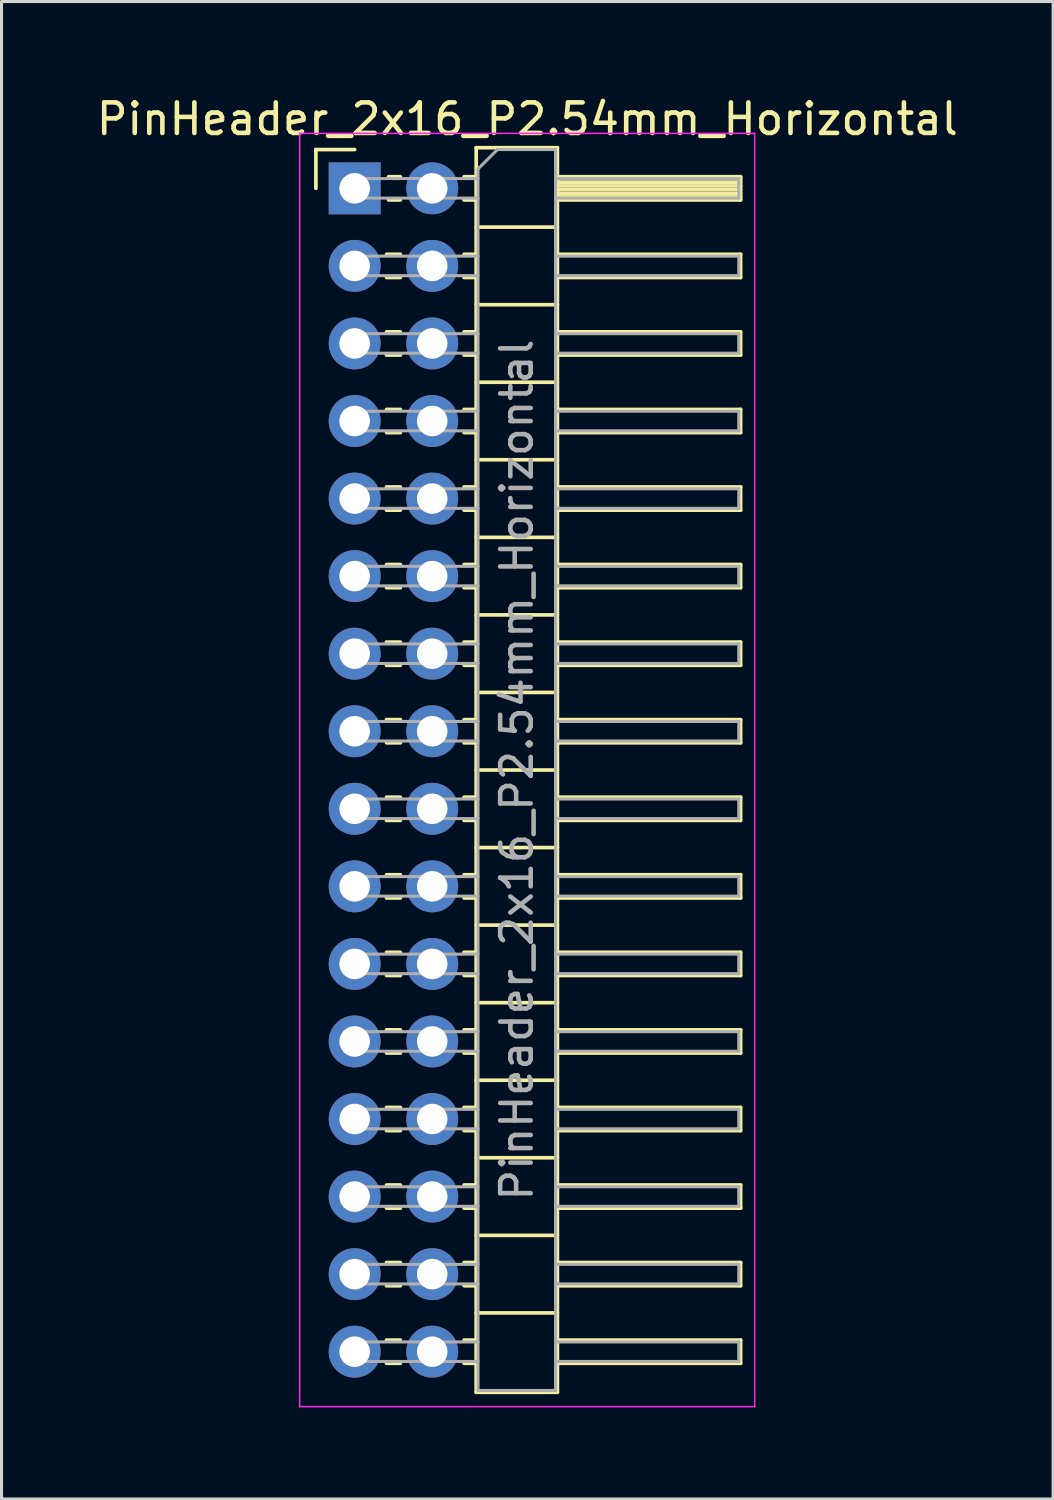
<source format=kicad_pcb>
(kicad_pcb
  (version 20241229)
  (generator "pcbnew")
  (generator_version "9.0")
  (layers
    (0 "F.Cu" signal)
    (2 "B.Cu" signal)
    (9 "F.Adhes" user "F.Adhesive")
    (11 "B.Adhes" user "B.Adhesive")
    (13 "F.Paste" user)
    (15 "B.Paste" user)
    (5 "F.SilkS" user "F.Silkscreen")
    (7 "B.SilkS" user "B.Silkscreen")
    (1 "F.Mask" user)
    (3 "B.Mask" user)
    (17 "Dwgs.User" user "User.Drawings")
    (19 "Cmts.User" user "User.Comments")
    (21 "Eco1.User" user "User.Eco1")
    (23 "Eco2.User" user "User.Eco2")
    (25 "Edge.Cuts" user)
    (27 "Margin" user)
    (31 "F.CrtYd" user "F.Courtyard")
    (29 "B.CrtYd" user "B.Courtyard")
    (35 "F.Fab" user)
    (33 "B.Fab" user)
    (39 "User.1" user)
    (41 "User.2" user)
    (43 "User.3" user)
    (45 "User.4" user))
  (footprint "PinHeader_2x16_P2.54mm_Horizontal"
    (layer "F.Cu")
    (at 8.565 3.118)
    (property "Reference" "PinHeader_2x16_P2.54mm_Horizontal" (at 5.655 -2.27 0) (layer "F.SilkS") (effects (font (size 1 1) (thickness 0.15))))
    (attr through_hole)
    (fp_line (start -1.27 -1.27) (end 0 -1.27) (stroke (width 0.12) (type solid)) (layer "F.SilkS"))
    (fp_line (start -1.27 0) (end -1.27 -1.27) (stroke (width 0.12) (type solid)) (layer "F.SilkS"))
    (fp_line (start 1.043 2.16) (end 1.497 2.16) (stroke (width 0.12) (type solid)) (layer "F.SilkS"))
    (fp_line (start 1.043 2.92) (end 1.497 2.92) (stroke (width 0.12) (type solid)) (layer "F.SilkS"))
    (fp_line (start 1.043 4.7) (end 1.497 4.7) (stroke (width 0.12) (type solid)) (layer "F.SilkS"))
    (fp_line (start 1.043 5.46) (end 1.497 5.46) (stroke (width 0.12) (type solid)) (layer "F.SilkS"))
    (fp_line (start 1.043 7.24) (end 1.497 7.24) (stroke (width 0.12) (type solid)) (layer "F.SilkS"))
    (fp_line (start 1.043 8) (end 1.497 8) (stroke (width 0.12) (type solid)) (layer "F.SilkS"))
    (fp_line (start 1.043 9.78) (end 1.497 9.78) (stroke (width 0.12) (type solid)) (layer "F.SilkS"))
    (fp_line (start 1.043 10.54) (end 1.497 10.54) (stroke (width 0.12) (type solid)) (layer "F.SilkS"))
    (fp_line (start 1.043 12.32) (end 1.497 12.32) (stroke (width 0.12) (type solid)) (layer "F.SilkS"))
    (fp_line (start 1.043 13.08) (end 1.497 13.08) (stroke (width 0.12) (type solid)) (layer "F.SilkS"))
    (fp_line (start 1.043 14.86) (end 1.497 14.86) (stroke (width 0.12) (type solid)) (layer "F.SilkS"))
    (fp_line (start 1.043 15.62) (end 1.497 15.62) (stroke (width 0.12) (type solid)) (layer "F.SilkS"))
    (fp_line (start 1.043 17.4) (end 1.497 17.4) (stroke (width 0.12) (type solid)) (layer "F.SilkS"))
    (fp_line (start 1.043 18.16) (end 1.497 18.16) (stroke (width 0.12) (type solid)) (layer "F.SilkS"))
    (fp_line (start 1.043 19.94) (end 1.497 19.94) (stroke (width 0.12) (type solid)) (layer "F.SilkS"))
    (fp_line (start 1.043 20.7) (end 1.497 20.7) (stroke (width 0.12) (type solid)) (layer "F.SilkS"))
    (fp_line (start 1.043 22.48) (end 1.497 22.48) (stroke (width 0.12) (type solid)) (layer "F.SilkS"))
    (fp_line (start 1.043 23.24) (end 1.497 23.24) (stroke (width 0.12) (type solid)) (layer "F.SilkS"))
    (fp_line (start 1.043 25.02) (end 1.497 25.02) (stroke (width 0.12) (type solid)) (layer "F.SilkS"))
    (fp_line (start 1.043 25.78) (end 1.497 25.78) (stroke (width 0.12) (type solid)) (layer "F.SilkS"))
    (fp_line (start 1.043 27.56) (end 1.497 27.56) (stroke (width 0.12) (type solid)) (layer "F.SilkS"))
    (fp_line (start 1.043 28.32) (end 1.497 28.32) (stroke (width 0.12) (type solid)) (layer "F.SilkS"))
    (fp_line (start 1.043 30.1) (end 1.497 30.1) (stroke (width 0.12) (type solid)) (layer "F.SilkS"))
    (fp_line (start 1.043 30.86) (end 1.497 30.86) (stroke (width 0.12) (type solid)) (layer "F.SilkS"))
    (fp_line (start 1.043 32.64) (end 1.497 32.64) (stroke (width 0.12) (type solid)) (layer "F.SilkS"))
    (fp_line (start 1.043 33.4) (end 1.497 33.4) (stroke (width 0.12) (type solid)) (layer "F.SilkS"))
    (fp_line (start 1.043 35.18) (end 1.497 35.18) (stroke (width 0.12) (type solid)) (layer "F.SilkS"))
    (fp_line (start 1.043 35.94) (end 1.497 35.94) (stroke (width 0.12) (type solid)) (layer "F.SilkS"))
    (fp_line (start 1.043 37.72) (end 1.497 37.72) (stroke (width 0.12) (type solid)) (layer "F.SilkS"))
    (fp_line (start 1.043 38.48) (end 1.497 38.48) (stroke (width 0.12) (type solid)) (layer "F.SilkS"))
    (fp_line (start 1.11 -0.38) (end 1.497 -0.38) (stroke (width 0.12) (type solid)) (layer "F.SilkS"))
    (fp_line (start 1.11 0.38) (end 1.497 0.38) (stroke (width 0.12) (type solid)) (layer "F.SilkS"))
    (fp_line (start 3.583 -0.38) (end 3.98 -0.38) (stroke (width 0.12) (type solid)) (layer "F.SilkS"))
    (fp_line (start 3.583 0.38) (end 3.98 0.38) (stroke (width 0.12) (type solid)) (layer "F.SilkS"))
    (fp_line (start 3.583 2.16) (end 3.98 2.16) (stroke (width 0.12) (type solid)) (layer "F.SilkS"))
    (fp_line (start 3.583 2.92) (end 3.98 2.92) (stroke (width 0.12) (type solid)) (layer "F.SilkS"))
    (fp_line (start 3.583 4.7) (end 3.98 4.7) (stroke (width 0.12) (type solid)) (layer "F.SilkS"))
    (fp_line (start 3.583 5.46) (end 3.98 5.46) (stroke (width 0.12) (type solid)) (layer "F.SilkS"))
    (fp_line (start 3.583 7.24) (end 3.98 7.24) (stroke (width 0.12) (type solid)) (layer "F.SilkS"))
    (fp_line (start 3.583 8) (end 3.98 8) (stroke (width 0.12) (type solid)) (layer "F.SilkS"))
    (fp_line (start 3.583 9.78) (end 3.98 9.78) (stroke (width 0.12) (type solid)) (layer "F.SilkS"))
    (fp_line (start 3.583 10.54) (end 3.98 10.54) (stroke (width 0.12) (type solid)) (layer "F.SilkS"))
    (fp_line (start 3.583 12.32) (end 3.98 12.32) (stroke (width 0.12) (type solid)) (layer "F.SilkS"))
    (fp_line (start 3.583 13.08) (end 3.98 13.08) (stroke (width 0.12) (type solid)) (layer "F.SilkS"))
    (fp_line (start 3.583 14.86) (end 3.98 14.86) (stroke (width 0.12) (type solid)) (layer "F.SilkS"))
    (fp_line (start 3.583 15.62) (end 3.98 15.62) (stroke (width 0.12) (type solid)) (layer "F.SilkS"))
    (fp_line (start 3.583 17.4) (end 3.98 17.4) (stroke (width 0.12) (type solid)) (layer "F.SilkS"))
    (fp_line (start 3.583 18.16) (end 3.98 18.16) (stroke (width 0.12) (type solid)) (layer "F.SilkS"))
    (fp_line (start 3.583 19.94) (end 3.98 19.94) (stroke (width 0.12) (type solid)) (layer "F.SilkS"))
    (fp_line (start 3.583 20.7) (end 3.98 20.7) (stroke (width 0.12) (type solid)) (layer "F.SilkS"))
    (fp_line (start 3.583 22.48) (end 3.98 22.48) (stroke (width 0.12) (type solid)) (layer "F.SilkS"))
    (fp_line (start 3.583 23.24) (end 3.98 23.24) (stroke (width 0.12) (type solid)) (layer "F.SilkS"))
    (fp_line (start 3.583 25.02) (end 3.98 25.02) (stroke (width 0.12) (type solid)) (layer "F.SilkS"))
    (fp_line (start 3.583 25.78) (end 3.98 25.78) (stroke (width 0.12) (type solid)) (layer "F.SilkS"))
    (fp_line (start 3.583 27.56) (end 3.98 27.56) (stroke (width 0.12) (type solid)) (layer "F.SilkS"))
    (fp_line (start 3.583 28.32) (end 3.98 28.32) (stroke (width 0.12) (type solid)) (layer "F.SilkS"))
    (fp_line (start 3.583 30.1) (end 3.98 30.1) (stroke (width 0.12) (type solid)) (layer "F.SilkS"))
    (fp_line (start 3.583 30.86) (end 3.98 30.86) (stroke (width 0.12) (type solid)) (layer "F.SilkS"))
    (fp_line (start 3.583 32.64) (end 3.98 32.64) (stroke (width 0.12) (type solid)) (layer "F.SilkS"))
    (fp_line (start 3.583 33.4) (end 3.98 33.4) (stroke (width 0.12) (type solid)) (layer "F.SilkS"))
    (fp_line (start 3.583 35.18) (end 3.98 35.18) (stroke (width 0.12) (type solid)) (layer "F.SilkS"))
    (fp_line (start 3.583 35.94) (end 3.98 35.94) (stroke (width 0.12) (type solid)) (layer "F.SilkS"))
    (fp_line (start 3.583 37.72) (end 3.98 37.72) (stroke (width 0.12) (type solid)) (layer "F.SilkS"))
    (fp_line (start 3.583 38.48) (end 3.98 38.48) (stroke (width 0.12) (type solid)) (layer "F.SilkS"))
    (fp_line (start 3.98 -1.33) (end 3.98 39.43) (stroke (width 0.12) (type solid)) (layer "F.SilkS"))
    (fp_line (start 3.98 1.27) (end 6.64 1.27) (stroke (width 0.12) (type solid)) (layer "F.SilkS"))
    (fp_line (start 3.98 3.81) (end 6.64 3.81) (stroke (width 0.12) (type solid)) (layer "F.SilkS"))
    (fp_line (start 3.98 6.35) (end 6.64 6.35) (stroke (width 0.12) (type solid)) (layer "F.SilkS"))
    (fp_line (start 3.98 8.89) (end 6.64 8.89) (stroke (width 0.12) (type solid)) (layer "F.SilkS"))
    (fp_line (start 3.98 11.43) (end 6.64 11.43) (stroke (width 0.12) (type solid)) (layer "F.SilkS"))
    (fp_line (start 3.98 13.97) (end 6.64 13.97) (stroke (width 0.12) (type solid)) (layer "F.SilkS"))
    (fp_line (start 3.98 16.51) (end 6.64 16.51) (stroke (width 0.12) (type solid)) (layer "F.SilkS"))
    (fp_line (start 3.98 19.05) (end 6.64 19.05) (stroke (width 0.12) (type solid)) (layer "F.SilkS"))
    (fp_line (start 3.98 21.59) (end 6.64 21.59) (stroke (width 0.12) (type solid)) (layer "F.SilkS"))
    (fp_line (start 3.98 24.13) (end 6.64 24.13) (stroke (width 0.12) (type solid)) (layer "F.SilkS"))
    (fp_line (start 3.98 26.67) (end 6.64 26.67) (stroke (width 0.12) (type solid)) (layer "F.SilkS"))
    (fp_line (start 3.98 29.21) (end 6.64 29.21) (stroke (width 0.12) (type solid)) (layer "F.SilkS"))
    (fp_line (start 3.98 31.75) (end 6.64 31.75) (stroke (width 0.12) (type solid)) (layer "F.SilkS"))
    (fp_line (start 3.98 34.29) (end 6.64 34.29) (stroke (width 0.12) (type solid)) (layer "F.SilkS"))
    (fp_line (start 3.98 36.83) (end 6.64 36.83) (stroke (width 0.12) (type solid)) (layer "F.SilkS"))
    (fp_line (start 3.98 39.43) (end 6.64 39.43) (stroke (width 0.12) (type solid)) (layer "F.SilkS"))
    (fp_line (start 6.64 -1.33) (end 3.98 -1.33) (stroke (width 0.12) (type solid)) (layer "F.SilkS"))
    (fp_line (start 6.64 -0.38) (end 12.64 -0.38) (stroke (width 0.12) (type solid)) (layer "F.SilkS"))
    (fp_line (start 6.64 -0.32) (end 12.64 -0.32) (stroke (width 0.12) (type solid)) (layer "F.SilkS"))
    (fp_line (start 6.64 -0.2) (end 12.64 -0.2) (stroke (width 0.12) (type solid)) (layer "F.SilkS"))
    (fp_line (start 6.64 -0.08) (end 12.64 -0.08) (stroke (width 0.12) (type solid)) (layer "F.SilkS"))
    (fp_line (start 6.64 0.04) (end 12.64 0.04) (stroke (width 0.12) (type solid)) (layer "F.SilkS"))
    (fp_line (start 6.64 0.16) (end 12.64 0.16) (stroke (width 0.12) (type solid)) (layer "F.SilkS"))
    (fp_line (start 6.64 0.28) (end 12.64 0.28) (stroke (width 0.12) (type solid)) (layer "F.SilkS"))
    (fp_line (start 6.64 2.16) (end 12.64 2.16) (stroke (width 0.12) (type solid)) (layer "F.SilkS"))
    (fp_line (start 6.64 4.7) (end 12.64 4.7) (stroke (width 0.12) (type solid)) (layer "F.SilkS"))
    (fp_line (start 6.64 7.24) (end 12.64 7.24) (stroke (width 0.12) (type solid)) (layer "F.SilkS"))
    (fp_line (start 6.64 9.78) (end 12.64 9.78) (stroke (width 0.12) (type solid)) (layer "F.SilkS"))
    (fp_line (start 6.64 12.32) (end 12.64 12.32) (stroke (width 0.12) (type solid)) (layer "F.SilkS"))
    (fp_line (start 6.64 14.86) (end 12.64 14.86) (stroke (width 0.12) (type solid)) (layer "F.SilkS"))
    (fp_line (start 6.64 17.4) (end 12.64 17.4) (stroke (width 0.12) (type solid)) (layer "F.SilkS"))
    (fp_line (start 6.64 19.94) (end 12.64 19.94) (stroke (width 0.12) (type solid)) (layer "F.SilkS"))
    (fp_line (start 6.64 22.48) (end 12.64 22.48) (stroke (width 0.12) (type solid)) (layer "F.SilkS"))
    (fp_line (start 6.64 25.02) (end 12.64 25.02) (stroke (width 0.12) (type solid)) (layer "F.SilkS"))
    (fp_line (start 6.64 27.56) (end 12.64 27.56) (stroke (width 0.12) (type solid)) (layer "F.SilkS"))
    (fp_line (start 6.64 30.1) (end 12.64 30.1) (stroke (width 0.12) (type solid)) (layer "F.SilkS"))
    (fp_line (start 6.64 32.64) (end 12.64 32.64) (stroke (width 0.12) (type solid)) (layer "F.SilkS"))
    (fp_line (start 6.64 35.18) (end 12.64 35.18) (stroke (width 0.12) (type solid)) (layer "F.SilkS"))
    (fp_line (start 6.64 37.72) (end 12.64 37.72) (stroke (width 0.12) (type solid)) (layer "F.SilkS"))
    (fp_line (start 6.64 39.43) (end 6.64 -1.33) (stroke (width 0.12) (type solid)) (layer "F.SilkS"))
    (fp_line (start 12.64 -0.38) (end 12.64 0.38) (stroke (width 0.12) (type solid)) (layer "F.SilkS"))
    (fp_line (start 12.64 0.38) (end 6.64 0.38) (stroke (width 0.12) (type solid)) (layer "F.SilkS"))
    (fp_line (start 12.64 2.16) (end 12.64 2.92) (stroke (width 0.12) (type solid)) (layer "F.SilkS"))
    (fp_line (start 12.64 2.92) (end 6.64 2.92) (stroke (width 0.12) (type solid)) (layer "F.SilkS"))
    (fp_line (start 12.64 4.7) (end 12.64 5.46) (stroke (width 0.12) (type solid)) (layer "F.SilkS"))
    (fp_line (start 12.64 5.46) (end 6.64 5.46) (stroke (width 0.12) (type solid)) (layer "F.SilkS"))
    (fp_line (start 12.64 7.24) (end 12.64 8) (stroke (width 0.12) (type solid)) (layer "F.SilkS"))
    (fp_line (start 12.64 8) (end 6.64 8) (stroke (width 0.12) (type solid)) (layer "F.SilkS"))
    (fp_line (start 12.64 9.78) (end 12.64 10.54) (stroke (width 0.12) (type solid)) (layer "F.SilkS"))
    (fp_line (start 12.64 10.54) (end 6.64 10.54) (stroke (width 0.12) (type solid)) (layer "F.SilkS"))
    (fp_line (start 12.64 12.32) (end 12.64 13.08) (stroke (width 0.12) (type solid)) (layer "F.SilkS"))
    (fp_line (start 12.64 13.08) (end 6.64 13.08) (stroke (width 0.12) (type solid)) (layer "F.SilkS"))
    (fp_line (start 12.64 14.86) (end 12.64 15.62) (stroke (width 0.12) (type solid)) (layer "F.SilkS"))
    (fp_line (start 12.64 15.62) (end 6.64 15.62) (stroke (width 0.12) (type solid)) (layer "F.SilkS"))
    (fp_line (start 12.64 17.4) (end 12.64 18.16) (stroke (width 0.12) (type solid)) (layer "F.SilkS"))
    (fp_line (start 12.64 18.16) (end 6.64 18.16) (stroke (width 0.12) (type solid)) (layer "F.SilkS"))
    (fp_line (start 12.64 19.94) (end 12.64 20.7) (stroke (width 0.12) (type solid)) (layer "F.SilkS"))
    (fp_line (start 12.64 20.7) (end 6.64 20.7) (stroke (width 0.12) (type solid)) (layer "F.SilkS"))
    (fp_line (start 12.64 22.48) (end 12.64 23.24) (stroke (width 0.12) (type solid)) (layer "F.SilkS"))
    (fp_line (start 12.64 23.24) (end 6.64 23.24) (stroke (width 0.12) (type solid)) (layer "F.SilkS"))
    (fp_line (start 12.64 25.02) (end 12.64 25.78) (stroke (width 0.12) (type solid)) (layer "F.SilkS"))
    (fp_line (start 12.64 25.78) (end 6.64 25.78) (stroke (width 0.12) (type solid)) (layer "F.SilkS"))
    (fp_line (start 12.64 27.56) (end 12.64 28.32) (stroke (width 0.12) (type solid)) (layer "F.SilkS"))
    (fp_line (start 12.64 28.32) (end 6.64 28.32) (stroke (width 0.12) (type solid)) (layer "F.SilkS"))
    (fp_line (start 12.64 30.1) (end 12.64 30.86) (stroke (width 0.12) (type solid)) (layer "F.SilkS"))
    (fp_line (start 12.64 30.86) (end 6.64 30.86) (stroke (width 0.12) (type solid)) (layer "F.SilkS"))
    (fp_line (start 12.64 32.64) (end 12.64 33.4) (stroke (width 0.12) (type solid)) (layer "F.SilkS"))
    (fp_line (start 12.64 33.4) (end 6.64 33.4) (stroke (width 0.12) (type solid)) (layer "F.SilkS"))
    (fp_line (start 12.64 35.18) (end 12.64 35.94) (stroke (width 0.12) (type solid)) (layer "F.SilkS"))
    (fp_line (start 12.64 35.94) (end 6.64 35.94) (stroke (width 0.12) (type solid)) (layer "F.SilkS"))
    (fp_line (start 12.64 37.72) (end 12.64 38.48) (stroke (width 0.12) (type solid)) (layer "F.SilkS"))
    (fp_line (start 12.64 38.48) (end 6.64 38.48) (stroke (width 0.12) (type solid)) (layer "F.SilkS"))
    (fp_line (start -1.8 -1.8) (end -1.8 39.9) (stroke (width 0.05) (type solid)) (layer "F.CrtYd"))
    (fp_line (start -1.8 39.9) (end 13.1 39.9) (stroke (width 0.05) (type solid)) (layer "F.CrtYd"))
    (fp_line (start 13.1 -1.8) (end -1.8 -1.8) (stroke (width 0.05) (type solid)) (layer "F.CrtYd"))
    (fp_line (start 13.1 39.9) (end 13.1 -1.8) (stroke (width 0.05) (type solid)) (layer "F.CrtYd"))
    (fp_line (start -0.32 -0.32) (end -0.32 0.32) (stroke (width 0.1) (type solid)) (layer "F.Fab"))
    (fp_line (start -0.32 -0.32) (end 4.04 -0.32) (stroke (width 0.1) (type solid)) (layer "F.Fab"))
    (fp_line (start -0.32 0.32) (end 4.04 0.32) (stroke (width 0.1) (type solid)) (layer "F.Fab"))
    (fp_line (start -0.32 2.22) (end -0.32 2.86) (stroke (width 0.1) (type solid)) (layer "F.Fab"))
    (fp_line (start -0.32 2.22) (end 4.04 2.22) (stroke (width 0.1) (type solid)) (layer "F.Fab"))
    (fp_line (start -0.32 2.86) (end 4.04 2.86) (stroke (width 0.1) (type solid)) (layer "F.Fab"))
    (fp_line (start -0.32 4.76) (end -0.32 5.4) (stroke (width 0.1) (type solid)) (layer "F.Fab"))
    (fp_line (start -0.32 4.76) (end 4.04 4.76) (stroke (width 0.1) (type solid)) (layer "F.Fab"))
    (fp_line (start -0.32 5.4) (end 4.04 5.4) (stroke (width 0.1) (type solid)) (layer "F.Fab"))
    (fp_line (start -0.32 7.3) (end -0.32 7.94) (stroke (width 0.1) (type solid)) (layer "F.Fab"))
    (fp_line (start -0.32 7.3) (end 4.04 7.3) (stroke (width 0.1) (type solid)) (layer "F.Fab"))
    (fp_line (start -0.32 7.94) (end 4.04 7.94) (stroke (width 0.1) (type solid)) (layer "F.Fab"))
    (fp_line (start -0.32 9.84) (end -0.32 10.48) (stroke (width 0.1) (type solid)) (layer "F.Fab"))
    (fp_line (start -0.32 9.84) (end 4.04 9.84) (stroke (width 0.1) (type solid)) (layer "F.Fab"))
    (fp_line (start -0.32 10.48) (end 4.04 10.48) (stroke (width 0.1) (type solid)) (layer "F.Fab"))
    (fp_line (start -0.32 12.38) (end -0.32 13.02) (stroke (width 0.1) (type solid)) (layer "F.Fab"))
    (fp_line (start -0.32 12.38) (end 4.04 12.38) (stroke (width 0.1) (type solid)) (layer "F.Fab"))
    (fp_line (start -0.32 13.02) (end 4.04 13.02) (stroke (width 0.1) (type solid)) (layer "F.Fab"))
    (fp_line (start -0.32 14.92) (end -0.32 15.56) (stroke (width 0.1) (type solid)) (layer "F.Fab"))
    (fp_line (start -0.32 14.92) (end 4.04 14.92) (stroke (width 0.1) (type solid)) (layer "F.Fab"))
    (fp_line (start -0.32 15.56) (end 4.04 15.56) (stroke (width 0.1) (type solid)) (layer "F.Fab"))
    (fp_line (start -0.32 17.46) (end -0.32 18.1) (stroke (width 0.1) (type solid)) (layer "F.Fab"))
    (fp_line (start -0.32 17.46) (end 4.04 17.46) (stroke (width 0.1) (type solid)) (layer "F.Fab"))
    (fp_line (start -0.32 18.1) (end 4.04 18.1) (stroke (width 0.1) (type solid)) (layer "F.Fab"))
    (fp_line (start -0.32 20) (end -0.32 20.64) (stroke (width 0.1) (type solid)) (layer "F.Fab"))
    (fp_line (start -0.32 20) (end 4.04 20) (stroke (width 0.1) (type solid)) (layer "F.Fab"))
    (fp_line (start -0.32 20.64) (end 4.04 20.64) (stroke (width 0.1) (type solid)) (layer "F.Fab"))
    (fp_line (start -0.32 22.54) (end -0.32 23.18) (stroke (width 0.1) (type solid)) (layer "F.Fab"))
    (fp_line (start -0.32 22.54) (end 4.04 22.54) (stroke (width 0.1) (type solid)) (layer "F.Fab"))
    (fp_line (start -0.32 23.18) (end 4.04 23.18) (stroke (width 0.1) (type solid)) (layer "F.Fab"))
    (fp_line (start -0.32 25.08) (end -0.32 25.72) (stroke (width 0.1) (type solid)) (layer "F.Fab"))
    (fp_line (start -0.32 25.08) (end 4.04 25.08) (stroke (width 0.1) (type solid)) (layer "F.Fab"))
    (fp_line (start -0.32 25.72) (end 4.04 25.72) (stroke (width 0.1) (type solid)) (layer "F.Fab"))
    (fp_line (start -0.32 27.62) (end -0.32 28.26) (stroke (width 0.1) (type solid)) (layer "F.Fab"))
    (fp_line (start -0.32 27.62) (end 4.04 27.62) (stroke (width 0.1) (type solid)) (layer "F.Fab"))
    (fp_line (start -0.32 28.26) (end 4.04 28.26) (stroke (width 0.1) (type solid)) (layer "F.Fab"))
    (fp_line (start -0.32 30.16) (end -0.32 30.8) (stroke (width 0.1) (type solid)) (layer "F.Fab"))
    (fp_line (start -0.32 30.16) (end 4.04 30.16) (stroke (width 0.1) (type solid)) (layer "F.Fab"))
    (fp_line (start -0.32 30.8) (end 4.04 30.8) (stroke (width 0.1) (type solid)) (layer "F.Fab"))
    (fp_line (start -0.32 32.7) (end -0.32 33.34) (stroke (width 0.1) (type solid)) (layer "F.Fab"))
    (fp_line (start -0.32 32.7) (end 4.04 32.7) (stroke (width 0.1) (type solid)) (layer "F.Fab"))
    (fp_line (start -0.32 33.34) (end 4.04 33.34) (stroke (width 0.1) (type solid)) (layer "F.Fab"))
    (fp_line (start -0.32 35.24) (end -0.32 35.88) (stroke (width 0.1) (type solid)) (layer "F.Fab"))
    (fp_line (start -0.32 35.24) (end 4.04 35.24) (stroke (width 0.1) (type solid)) (layer "F.Fab"))
    (fp_line (start -0.32 35.88) (end 4.04 35.88) (stroke (width 0.1) (type solid)) (layer "F.Fab"))
    (fp_line (start -0.32 37.78) (end -0.32 38.42) (stroke (width 0.1) (type solid)) (layer "F.Fab"))
    (fp_line (start -0.32 37.78) (end 4.04 37.78) (stroke (width 0.1) (type solid)) (layer "F.Fab"))
    (fp_line (start -0.32 38.42) (end 4.04 38.42) (stroke (width 0.1) (type solid)) (layer "F.Fab"))
    (fp_line (start 4.04 -0.635) (end 4.675 -1.27) (stroke (width 0.1) (type solid)) (layer "F.Fab"))
    (fp_line (start 4.04 39.37) (end 4.04 -0.635) (stroke (width 0.1) (type solid)) (layer "F.Fab"))
    (fp_line (start 4.675 -1.27) (end 6.58 -1.27) (stroke (width 0.1) (type solid)) (layer "F.Fab"))
    (fp_line (start 6.58 -1.27) (end 6.58 39.37) (stroke (width 0.1) (type solid)) (layer "F.Fab"))
    (fp_line (start 6.58 -0.32) (end 12.58 -0.32) (stroke (width 0.1) (type solid)) (layer "F.Fab"))
    (fp_line (start 6.58 0.32) (end 12.58 0.32) (stroke (width 0.1) (type solid)) (layer "F.Fab"))
    (fp_line (start 6.58 2.22) (end 12.58 2.22) (stroke (width 0.1) (type solid)) (layer "F.Fab"))
    (fp_line (start 6.58 2.86) (end 12.58 2.86) (stroke (width 0.1) (type solid)) (layer "F.Fab"))
    (fp_line (start 6.58 4.76) (end 12.58 4.76) (stroke (width 0.1) (type solid)) (layer "F.Fab"))
    (fp_line (start 6.58 5.4) (end 12.58 5.4) (stroke (width 0.1) (type solid)) (layer "F.Fab"))
    (fp_line (start 6.58 7.3) (end 12.58 7.3) (stroke (width 0.1) (type solid)) (layer "F.Fab"))
    (fp_line (start 6.58 7.94) (end 12.58 7.94) (stroke (width 0.1) (type solid)) (layer "F.Fab"))
    (fp_line (start 6.58 9.84) (end 12.58 9.84) (stroke (width 0.1) (type solid)) (layer "F.Fab"))
    (fp_line (start 6.58 10.48) (end 12.58 10.48) (stroke (width 0.1) (type solid)) (layer "F.Fab"))
    (fp_line (start 6.58 12.38) (end 12.58 12.38) (stroke (width 0.1) (type solid)) (layer "F.Fab"))
    (fp_line (start 6.58 13.02) (end 12.58 13.02) (stroke (width 0.1) (type solid)) (layer "F.Fab"))
    (fp_line (start 6.58 14.92) (end 12.58 14.92) (stroke (width 0.1) (type solid)) (layer "F.Fab"))
    (fp_line (start 6.58 15.56) (end 12.58 15.56) (stroke (width 0.1) (type solid)) (layer "F.Fab"))
    (fp_line (start 6.58 17.46) (end 12.58 17.46) (stroke (width 0.1) (type solid)) (layer "F.Fab"))
    (fp_line (start 6.58 18.1) (end 12.58 18.1) (stroke (width 0.1) (type solid)) (layer "F.Fab"))
    (fp_line (start 6.58 20) (end 12.58 20) (stroke (width 0.1) (type solid)) (layer "F.Fab"))
    (fp_line (start 6.58 20.64) (end 12.58 20.64) (stroke (width 0.1) (type solid)) (layer "F.Fab"))
    (fp_line (start 6.58 22.54) (end 12.58 22.54) (stroke (width 0.1) (type solid)) (layer "F.Fab"))
    (fp_line (start 6.58 23.18) (end 12.58 23.18) (stroke (width 0.1) (type solid)) (layer "F.Fab"))
    (fp_line (start 6.58 25.08) (end 12.58 25.08) (stroke (width 0.1) (type solid)) (layer "F.Fab"))
    (fp_line (start 6.58 25.72) (end 12.58 25.72) (stroke (width 0.1) (type solid)) (layer "F.Fab"))
    (fp_line (start 6.58 27.62) (end 12.58 27.62) (stroke (width 0.1) (type solid)) (layer "F.Fab"))
    (fp_line (start 6.58 28.26) (end 12.58 28.26) (stroke (width 0.1) (type solid)) (layer "F.Fab"))
    (fp_line (start 6.58 30.16) (end 12.58 30.16) (stroke (width 0.1) (type solid)) (layer "F.Fab"))
    (fp_line (start 6.58 30.8) (end 12.58 30.8) (stroke (width 0.1) (type solid)) (layer "F.Fab"))
    (fp_line (start 6.58 32.7) (end 12.58 32.7) (stroke (width 0.1) (type solid)) (layer "F.Fab"))
    (fp_line (start 6.58 33.34) (end 12.58 33.34) (stroke (width 0.1) (type solid)) (layer "F.Fab"))
    (fp_line (start 6.58 35.24) (end 12.58 35.24) (stroke (width 0.1) (type solid)) (layer "F.Fab"))
    (fp_line (start 6.58 35.88) (end 12.58 35.88) (stroke (width 0.1) (type solid)) (layer "F.Fab"))
    (fp_line (start 6.58 37.78) (end 12.58 37.78) (stroke (width 0.1) (type solid)) (layer "F.Fab"))
    (fp_line (start 6.58 38.42) (end 12.58 38.42) (stroke (width 0.1) (type solid)) (layer "F.Fab"))
    (fp_line (start 6.58 39.37) (end 4.04 39.37) (stroke (width 0.1) (type solid)) (layer "F.Fab"))
    (fp_line (start 12.58 -0.32) (end 12.58 0.32) (stroke (width 0.1) (type solid)) (layer "F.Fab"))
    (fp_line (start 12.58 2.22) (end 12.58 2.86) (stroke (width 0.1) (type solid)) (layer "F.Fab"))
    (fp_line (start 12.58 4.76) (end 12.58 5.4) (stroke (width 0.1) (type solid)) (layer "F.Fab"))
    (fp_line (start 12.58 7.3) (end 12.58 7.94) (stroke (width 0.1) (type solid)) (layer "F.Fab"))
    (fp_line (start 12.58 9.84) (end 12.58 10.48) (stroke (width 0.1) (type solid)) (layer "F.Fab"))
    (fp_line (start 12.58 12.38) (end 12.58 13.02) (stroke (width 0.1) (type solid)) (layer "F.Fab"))
    (fp_line (start 12.58 14.92) (end 12.58 15.56) (stroke (width 0.1) (type solid)) (layer "F.Fab"))
    (fp_line (start 12.58 17.46) (end 12.58 18.1) (stroke (width 0.1) (type solid)) (layer "F.Fab"))
    (fp_line (start 12.58 20) (end 12.58 20.64) (stroke (width 0.1) (type solid)) (layer "F.Fab"))
    (fp_line (start 12.58 22.54) (end 12.58 23.18) (stroke (width 0.1) (type solid)) (layer "F.Fab"))
    (fp_line (start 12.58 25.08) (end 12.58 25.72) (stroke (width 0.1) (type solid)) (layer "F.Fab"))
    (fp_line (start 12.58 27.62) (end 12.58 28.26) (stroke (width 0.1) (type solid)) (layer "F.Fab"))
    (fp_line (start 12.58 30.16) (end 12.58 30.8) (stroke (width 0.1) (type solid)) (layer "F.Fab"))
    (fp_line (start 12.58 32.7) (end 12.58 33.34) (stroke (width 0.1) (type solid)) (layer "F.Fab"))
    (fp_line (start 12.58 35.24) (end 12.58 35.88) (stroke (width 0.1) (type solid)) (layer "F.Fab"))
    (fp_line (start 12.58 37.78) (end 12.58 38.42) (stroke (width 0.1) (type solid)) (layer "F.Fab"))
    (fp_text user "${REFERENCE}" (at 5.31 19.05 90) (layer "F.Fab") (effects (font (size 1 1) (thickness 0.15))))
    (pad "1" thru_hole rect (at 0 0) (size 1.7 1.7) (drill 1) (layers "*.Cu" "*.Mask"))
    (pad "2" thru_hole oval (at 2.54 0) (size 1.7 1.7) (drill 1) (layers "*.Cu" "*.Mask"))
    (pad "3" thru_hole oval (at 0 2.54) (size 1.7 1.7) (drill 1) (layers "*.Cu" "*.Mask"))
    (pad "4" thru_hole oval (at 2.54 2.54) (size 1.7 1.7) (drill 1) (layers "*.Cu" "*.Mask"))
    (pad "5" thru_hole oval (at 0 5.08) (size 1.7 1.7) (drill 1) (layers "*.Cu" "*.Mask"))
    (pad "6" thru_hole oval (at 2.54 5.08) (size 1.7 1.7) (drill 1) (layers "*.Cu" "*.Mask"))
    (pad "7" thru_hole oval (at 0 7.62) (size 1.7 1.7) (drill 1) (layers "*.Cu" "*.Mask"))
    (pad "8" thru_hole oval (at 2.54 7.62) (size 1.7 1.7) (drill 1) (layers "*.Cu" "*.Mask"))
    (pad "9" thru_hole oval (at 0 10.16) (size 1.7 1.7) (drill 1) (layers "*.Cu" "*.Mask"))
    (pad "10" thru_hole oval (at 2.54 10.16) (size 1.7 1.7) (drill 1) (layers "*.Cu" "*.Mask"))
    (pad "11" thru_hole oval (at 0 12.7) (size 1.7 1.7) (drill 1) (layers "*.Cu" "*.Mask"))
    (pad "12" thru_hole oval (at 2.54 12.7) (size 1.7 1.7) (drill 1) (layers "*.Cu" "*.Mask"))
    (pad "13" thru_hole oval (at 0 15.24) (size 1.7 1.7) (drill 1) (layers "*.Cu" "*.Mask"))
    (pad "14" thru_hole oval (at 2.54 15.24) (size 1.7 1.7) (drill 1) (layers "*.Cu" "*.Mask"))
    (pad "15" thru_hole oval (at 0 17.78) (size 1.7 1.7) (drill 1) (layers "*.Cu" "*.Mask"))
    (pad "16" thru_hole oval (at 2.54 17.78) (size 1.7 1.7) (drill 1) (layers "*.Cu" "*.Mask"))
    (pad "17" thru_hole oval (at 0 20.32) (size 1.7 1.7) (drill 1) (layers "*.Cu" "*.Mask"))
    (pad "18" thru_hole oval (at 2.54 20.32) (size 1.7 1.7) (drill 1) (layers "*.Cu" "*.Mask"))
    (pad "19" thru_hole oval (at 0 22.86) (size 1.7 1.7) (drill 1) (layers "*.Cu" "*.Mask"))
    (pad "20" thru_hole oval (at 2.54 22.86) (size 1.7 1.7) (drill 1) (layers "*.Cu" "*.Mask"))
    (pad "21" thru_hole oval (at 0 25.4) (size 1.7 1.7) (drill 1) (layers "*.Cu" "*.Mask"))
    (pad "22" thru_hole oval (at 2.54 25.4) (size 1.7 1.7) (drill 1) (layers "*.Cu" "*.Mask"))
    (pad "23" thru_hole oval (at 0 27.94) (size 1.7 1.7) (drill 1) (layers "*.Cu" "*.Mask"))
    (pad "24" thru_hole oval (at 2.54 27.94) (size 1.7 1.7) (drill 1) (layers "*.Cu" "*.Mask"))
    (pad "25" thru_hole oval (at 0 30.48) (size 1.7 1.7) (drill 1) (layers "*.Cu" "*.Mask"))
    (pad "26" thru_hole oval (at 2.54 30.48) (size 1.7 1.7) (drill 1) (layers "*.Cu" "*.Mask"))
    (pad "27" thru_hole oval (at 0 33.02) (size 1.7 1.7) (drill 1) (layers "*.Cu" "*.Mask"))
    (pad "28" thru_hole oval (at 2.54 33.02) (size 1.7 1.7) (drill 1) (layers "*.Cu" "*.Mask"))
    (pad "29" thru_hole oval (at 0 35.56) (size 1.7 1.7) (drill 1) (layers "*.Cu" "*.Mask"))
    (pad "30" thru_hole oval (at 2.54 35.56) (size 1.7 1.7) (drill 1) (layers "*.Cu" "*.Mask"))
    (pad "31" thru_hole oval (at 0 38.1) (size 1.7 1.7) (drill 1) (layers "*.Cu" "*.Mask"))
    (pad "32" thru_hole oval (at 2.54 38.1) (size 1.7 1.7) (drill 1) (layers "*.Cu" "*.Mask")))
  (gr_rect
    (start -3 -3)
    (end 31.44 46.043)
    (stroke (width 0.1) (type default))
    (fill no)
    (layer "Edge.Cuts")))
</source>
